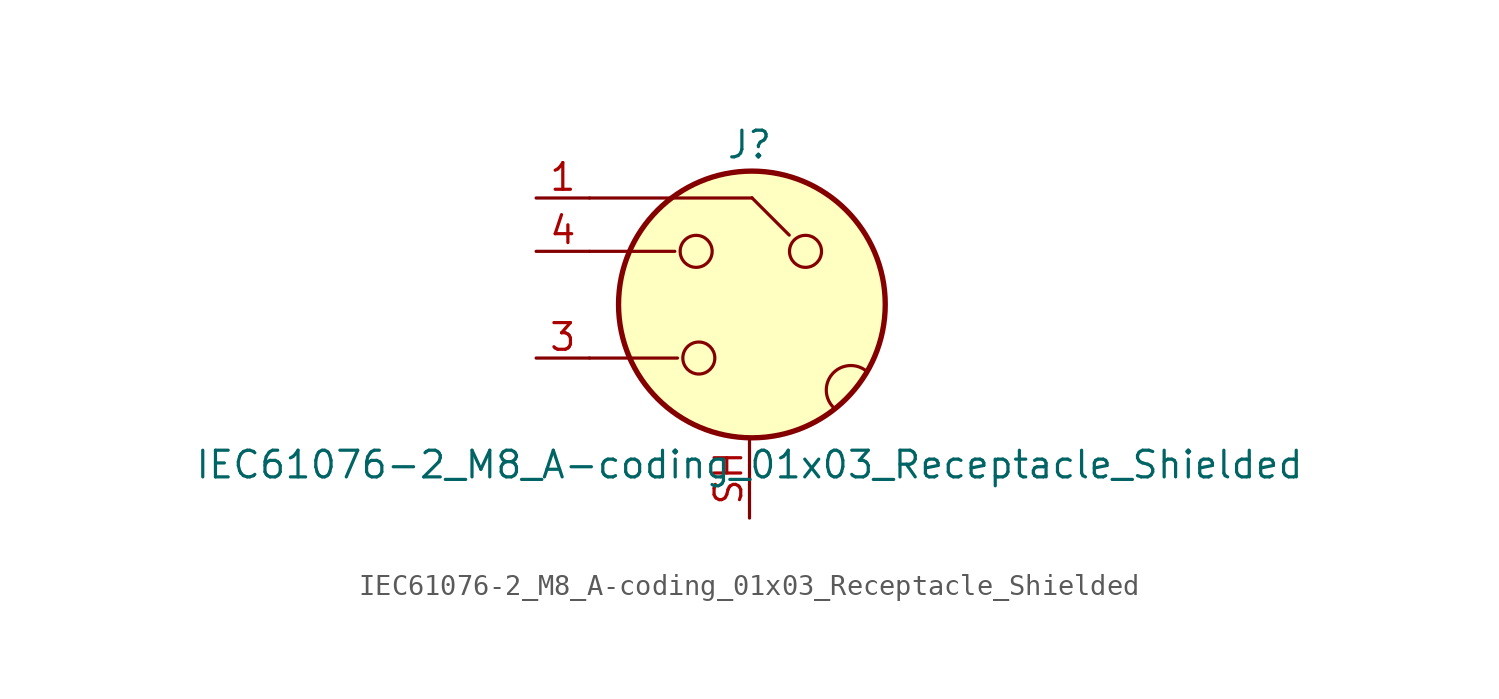
<source format=kicad_sym>
(kicad_symbol_lib
  (version 20241209)
  (generator "kicad_symbol_editor")
  (generator_version "9.0")
  (symbol "IEC61076-2_M8_A-coding_01x03_Receptacle_Shielded"
    (property "Reference" "J"
      (at 0 7.62 0)
      (effects (font (size 1.27 1.27))))
    (property "Value" "IEC61076-2_M8_A-coding_01x03_Receptacle_Shielded"
      (at 0 -7.62 0)
      (effects (font (size 1.27 1.27))))
    (symbol "IEC61076-2_M8_A-coding_01x03_Receptacle_Shielded_0_1"
      (polyline (pts (xy -7.62 -2.54) (xy -3.429 -2.54)) (stroke (width 0) (type default)) (fill (type none)))
      (polyline (pts (xy -3.556 2.54) (xy -7.62 2.54)) (stroke (width 0) (type default)) (fill (type none)))
      (circle (center -2.54 2.54) (radius 0.762) (stroke (width 0) (type default)) (fill (type none)))
      (circle (center -2.413 -2.54) (radius 0.762) (stroke (width 0) (type default)) (fill (type none)))
      (polyline (pts (xy 0.114 5.091) (xy 1.892 3.313)) (stroke (width 0) (type default)) (fill (type none)))
      (circle (center 0.114 0.011) (radius 6.35) (stroke (width 0.254) (type default)) (fill (type background)))
      (polyline (pts (xy 0.127 5.08) (xy -7.62 5.08)) (stroke (width 0) (type default)) (fill (type none)))
      (circle (center 2.667 2.54) (radius 0.762) (stroke (width 0) (type default)) (fill (type none)))
      (arc (start 4.0514 -4.9422) (mid 3.9369 -3.3019) (end 5.5754 -3.1642) (stroke (width 0) (type default)) (fill (type none))))
    (symbol "IEC61076-2_M8_A-coding_01x03_Receptacle_Shielded_1_1"
      (pin passive line (at -10.16 5.08 0) (length 2.54) (name "~" (effects (font (size 1.27 1.27)))) (number "1" (effects (font (size 1.27 1.27)))))
      (pin passive line (at -10.16 2.54 0) (length 2.54) (name "~" (effects (font (size 1.27 1.27)))) (number "4" (effects (font (size 1.27 1.27)))))
      (pin passive line (at -10.16 -2.54 0) (length 2.54) (name "~" (effects (font (size 1.27 1.27)))) (number "3" (effects (font (size 1.27 1.27)))))
      (pin passive line (at 0 -10.16 90) (length 3.81) (name "~" (effects (font (size 1.27 1.27)))) (number "SH" (effects (font (size 1.27 1.27))))))))
</source>
